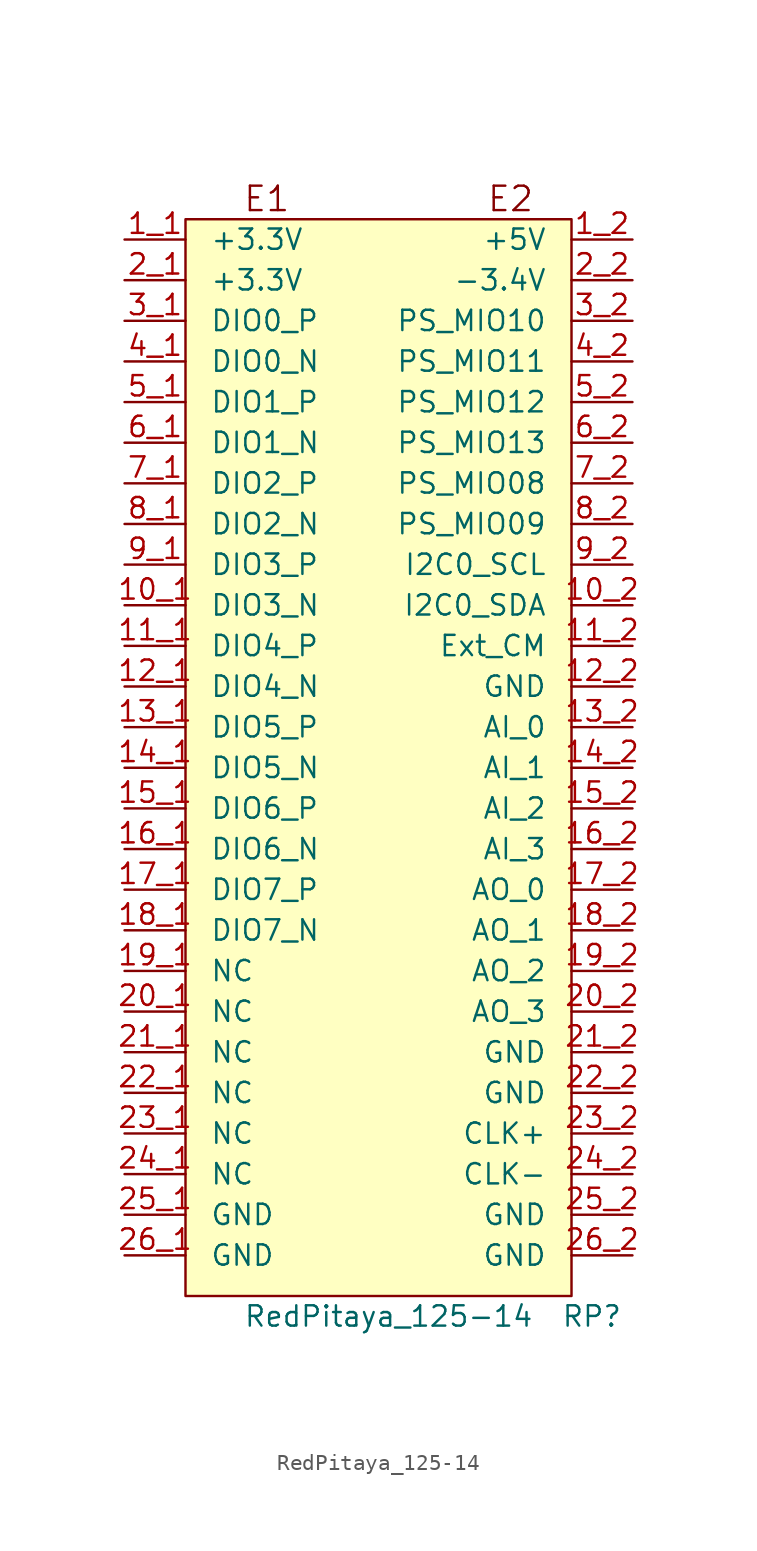
<source format=kicad_sym>
(kicad_symbol_lib
  (version 20220914)
  (generator kicad_symbol_editor)
  (symbol "RedPitaya_125-14"
    (pin_names
      (offset 1.524))
    (property "Reference" "RP"
      (at 13.97 -30.48 0)
      (effects (font (size 1.27 1.27))))
    (property "Value" "RedPitaya_125-14"
      (at 1.27 -30.48 0)
      (effects (font (size 1.27 1.27))))
    (symbol "RedPitaya_125-14_0_0"
      (text "E1" (at -6.35 39.37 0) (effects (font (size 1.524 1.524))))
      (text "E2" (at 8.89 39.37 0) (effects (font (size 1.524 1.524)))))
    (symbol "RedPitaya_125-14_1_1"
      (polyline (pts (xy -11.43 -29.21) (xy 12.7 -29.21) (xy 12.7 38.1) (xy -11.43 38.1) (xy -11.43 -29.21)) (stroke (width 0) (type solid)) (fill (type background)))
      (pin passive line (at -15.24 13.97 0) (length 3.81) (name "DIO3_N" (effects (font (size 1.27 1.27)))) (number "10_1" (effects (font (size 1.27 1.27)))))
      (pin passive line (at 16.51 13.97 180) (length 3.81) (name "I2C0_SDA" (effects (font (size 1.27 1.27)))) (number "10_2" (effects (font (size 1.27 1.27)))))
      (pin passive line (at -15.24 11.43 0) (length 3.81) (name "DIO4_P" (effects (font (size 1.27 1.27)))) (number "11_1" (effects (font (size 1.27 1.27)))))
      (pin passive line (at 16.51 11.43 180) (length 3.81) (name "Ext_CM" (effects (font (size 1.27 1.27)))) (number "11_2" (effects (font (size 1.27 1.27)))))
      (pin passive line (at -15.24 8.89 0) (length 3.81) (name "DIO4_N" (effects (font (size 1.27 1.27)))) (number "12_1" (effects (font (size 1.27 1.27)))))
      (pin passive line (at 16.51 8.89 180) (length 3.81) (name "GND" (effects (font (size 1.27 1.27)))) (number "12_2" (effects (font (size 1.27 1.27)))))
      (pin passive line (at -15.24 6.35 0) (length 3.81) (name "DIO5_P" (effects (font (size 1.27 1.27)))) (number "13_1" (effects (font (size 1.27 1.27)))))
      (pin passive line (at 16.51 6.35 180) (length 3.81) (name "AI_0" (effects (font (size 1.27 1.27)))) (number "13_2" (effects (font (size 1.27 1.27)))))
      (pin passive line (at -15.24 3.81 0) (length 3.81) (name "DIO5_N" (effects (font (size 1.27 1.27)))) (number "14_1" (effects (font (size 1.27 1.27)))))
      (pin passive line (at 16.51 3.81 180) (length 3.81) (name "AI_1" (effects (font (size 1.27 1.27)))) (number "14_2" (effects (font (size 1.27 1.27)))))
      (pin passive line (at -15.24 1.27 0) (length 3.81) (name "DIO6_P" (effects (font (size 1.27 1.27)))) (number "15_1" (effects (font (size 1.27 1.27)))))
      (pin passive line (at 16.51 1.27 180) (length 3.81) (name "AI_2" (effects (font (size 1.27 1.27)))) (number "15_2" (effects (font (size 1.27 1.27)))))
      (pin passive line (at -15.24 -1.27 0) (length 3.81) (name "DIO6_N" (effects (font (size 1.27 1.27)))) (number "16_1" (effects (font (size 1.27 1.27)))))
      (pin passive line (at 16.51 -1.27 180) (length 3.81) (name "AI_3" (effects (font (size 1.27 1.27)))) (number "16_2" (effects (font (size 1.27 1.27)))))
      (pin passive line (at -15.24 -3.81 0) (length 3.81) (name "DIO7_P" (effects (font (size 1.27 1.27)))) (number "17_1" (effects (font (size 1.27 1.27)))))
      (pin passive line (at 16.51 -3.81 180) (length 3.81) (name "AO_0" (effects (font (size 1.27 1.27)))) (number "17_2" (effects (font (size 1.27 1.27)))))
      (pin passive line (at -15.24 -6.35 0) (length 3.81) (name "DIO7_N" (effects (font (size 1.27 1.27)))) (number "18_1" (effects (font (size 1.27 1.27)))))
      (pin passive line (at 16.51 -6.35 180) (length 3.81) (name "AO_1" (effects (font (size 1.27 1.27)))) (number "18_2" (effects (font (size 1.27 1.27)))))
      (pin passive line (at -15.24 -8.89 0) (length 3.81) (name "NC" (effects (font (size 1.27 1.27)))) (number "19_1" (effects (font (size 1.27 1.27)))))
      (pin passive line (at 16.51 -8.89 180) (length 3.81) (name "AO_2" (effects (font (size 1.27 1.27)))) (number "19_2" (effects (font (size 1.27 1.27)))))
      (pin passive line (at -15.24 36.83 0) (length 3.81) (name "+3.3V" (effects (font (size 1.27 1.27)))) (number "1_1" (effects (font (size 1.27 1.27)))))
      (pin input line (at 16.51 36.83 180) (length 3.81) (name "+5V" (effects (font (size 1.27 1.27)))) (number "1_2" (effects (font (size 1.27 1.27)))))
      (pin passive line (at -15.24 -11.43 0) (length 3.81) (name "NC" (effects (font (size 1.27 1.27)))) (number "20_1" (effects (font (size 1.27 1.27)))))
      (pin passive line (at 16.51 -11.43 180) (length 3.81) (name "AO_3" (effects (font (size 1.27 1.27)))) (number "20_2" (effects (font (size 1.27 1.27)))))
      (pin passive line (at -15.24 -13.97 0) (length 3.81) (name "NC" (effects (font (size 1.27 1.27)))) (number "21_1" (effects (font (size 1.27 1.27)))))
      (pin passive line (at 16.51 -13.97 180) (length 3.81) (name "GND" (effects (font (size 1.27 1.27)))) (number "21_2" (effects (font (size 1.27 1.27)))))
      (pin passive line (at -15.24 -16.51 0) (length 3.81) (name "NC" (effects (font (size 1.27 1.27)))) (number "22_1" (effects (font (size 1.27 1.27)))))
      (pin passive line (at 16.51 -16.51 180) (length 3.81) (name "GND" (effects (font (size 1.27 1.27)))) (number "22_2" (effects (font (size 1.27 1.27)))))
      (pin passive line (at -15.24 -19.05 0) (length 3.81) (name "NC" (effects (font (size 1.27 1.27)))) (number "23_1" (effects (font (size 1.27 1.27)))))
      (pin passive line (at 16.51 -19.05 180) (length 3.81) (name "CLK+" (effects (font (size 1.27 1.27)))) (number "23_2" (effects (font (size 1.27 1.27)))))
      (pin passive line (at -15.24 -21.59 0) (length 3.81) (name "NC" (effects (font (size 1.27 1.27)))) (number "24_1" (effects (font (size 1.27 1.27)))))
      (pin passive line (at 16.51 -21.59 180) (length 3.81) (name "CLK-" (effects (font (size 1.27 1.27)))) (number "24_2" (effects (font (size 1.27 1.27)))))
      (pin passive line (at -15.24 -24.13 0) (length 3.81) (name "GND" (effects (font (size 1.27 1.27)))) (number "25_1" (effects (font (size 1.27 1.27)))))
      (pin passive line (at 16.51 -24.13 180) (length 3.81) (name "GND" (effects (font (size 1.27 1.27)))) (number "25_2" (effects (font (size 1.27 1.27)))))
      (pin passive line (at -15.24 -26.67 0) (length 3.81) (name "GND" (effects (font (size 1.27 1.27)))) (number "26_1" (effects (font (size 1.27 1.27)))))
      (pin passive line (at 16.51 -26.67 180) (length 3.81) (name "GND" (effects (font (size 1.27 1.27)))) (number "26_2" (effects (font (size 1.27 1.27)))))
      (pin passive line (at -15.24 34.29 0) (length 3.81) (name "+3.3V" (effects (font (size 1.27 1.27)))) (number "2_1" (effects (font (size 1.27 1.27)))))
      (pin passive line (at 16.51 34.29 180) (length 3.81) (name "-3.4V" (effects (font (size 1.27 1.27)))) (number "2_2" (effects (font (size 1.27 1.27)))))
      (pin passive line (at -15.24 31.75 0) (length 3.81) (name "DIO0_P" (effects (font (size 1.27 1.27)))) (number "3_1" (effects (font (size 1.27 1.27)))))
      (pin passive line (at 16.51 31.75 180) (length 3.81) (name "PS_MIO10" (effects (font (size 1.27 1.27)))) (number "3_2" (effects (font (size 1.27 1.27)))))
      (pin passive line (at -15.24 29.21 0) (length 3.81) (name "DIO0_N" (effects (font (size 1.27 1.27)))) (number "4_1" (effects (font (size 1.27 1.27)))))
      (pin passive line (at 16.51 29.21 180) (length 3.81) (name "PS_MIO11" (effects (font (size 1.27 1.27)))) (number "4_2" (effects (font (size 1.27 1.27)))))
      (pin passive line (at -15.24 26.67 0) (length 3.81) (name "DIO1_P" (effects (font (size 1.27 1.27)))) (number "5_1" (effects (font (size 1.27 1.27)))))
      (pin passive line (at 16.51 26.67 180) (length 3.81) (name "PS_MIO12" (effects (font (size 1.27 1.27)))) (number "5_2" (effects (font (size 1.27 1.27)))))
      (pin passive line (at -15.24 24.13 0) (length 3.81) (name "DIO1_N" (effects (font (size 1.27 1.27)))) (number "6_1" (effects (font (size 1.27 1.27)))))
      (pin passive line (at 16.51 24.13 180) (length 3.81) (name "PS_MIO13" (effects (font (size 1.27 1.27)))) (number "6_2" (effects (font (size 1.27 1.27)))))
      (pin passive line (at -15.24 21.59 0) (length 3.81) (name "DIO2_P" (effects (font (size 1.27 1.27)))) (number "7_1" (effects (font (size 1.27 1.27)))))
      (pin passive line (at 16.51 21.59 180) (length 3.81) (name "PS_MIO08" (effects (font (size 1.27 1.27)))) (number "7_2" (effects (font (size 1.27 1.27)))))
      (pin passive line (at -15.24 19.05 0) (length 3.81) (name "DIO2_N" (effects (font (size 1.27 1.27)))) (number "8_1" (effects (font (size 1.27 1.27)))))
      (pin passive line (at 16.51 19.05 180) (length 3.81) (name "PS_MIO09" (effects (font (size 1.27 1.27)))) (number "8_2" (effects (font (size 1.27 1.27)))))
      (pin passive line (at -15.24 16.51 0) (length 3.81) (name "DIO3_P" (effects (font (size 1.27 1.27)))) (number "9_1" (effects (font (size 1.27 1.27)))))
      (pin passive line (at 16.51 16.51 180) (length 3.81) (name "I2C0_SCL" (effects (font (size 1.27 1.27)))) (number "9_2" (effects (font (size 1.27 1.27))))))))
</source>
